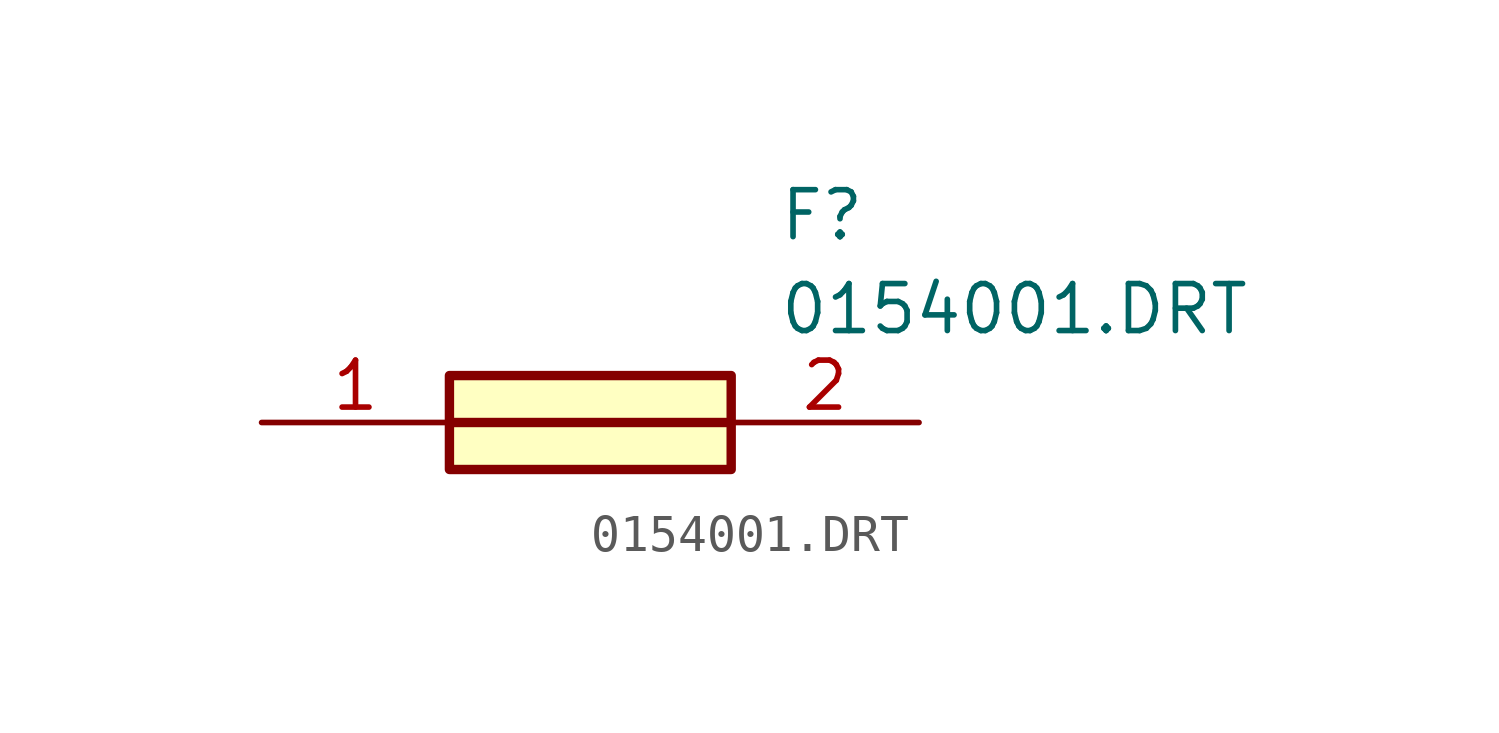
<source format=kicad_sym>
(kicad_symbol_lib
  (version 20211014)
  (generator SamacSys_ECAD_Model)
  (symbol "0154001.DRT"
    (pin_names hide)
    (property "Reference" "F"
      (at 13.97 6.35 0)
      (effects (font (size 1.27 1.27)) (justify left top)))
    (property "Value" "0154001.DRT"
      (at 13.97 3.81 0)
      (effects (font (size 1.27 1.27)) (justify left top)))
    (rectangle
      (start 5.08 1.27)
      (end 12.7 -1.27)
      (stroke (width 0.254) (type default))
      (fill (type background)))
    (polyline
      (pts (xy 5.08 0) (xy 12.7 0))
      (stroke (width 0.254) (type default))
      (fill (type none)))
    (pin passive line
      (at 0 0 0)
      (length 5.08)
      (name "1" (effects (font (size 1.27 1.27))))
      (number "1" (effects (font (size 1.27 1.27)))))
    (pin passive line
      (at 17.78 0 180)
      (length 5.08)
      (name "2" (effects (font (size 1.27 1.27))))
      (number "2" (effects (font (size 1.27 1.27)))))))
</source>
